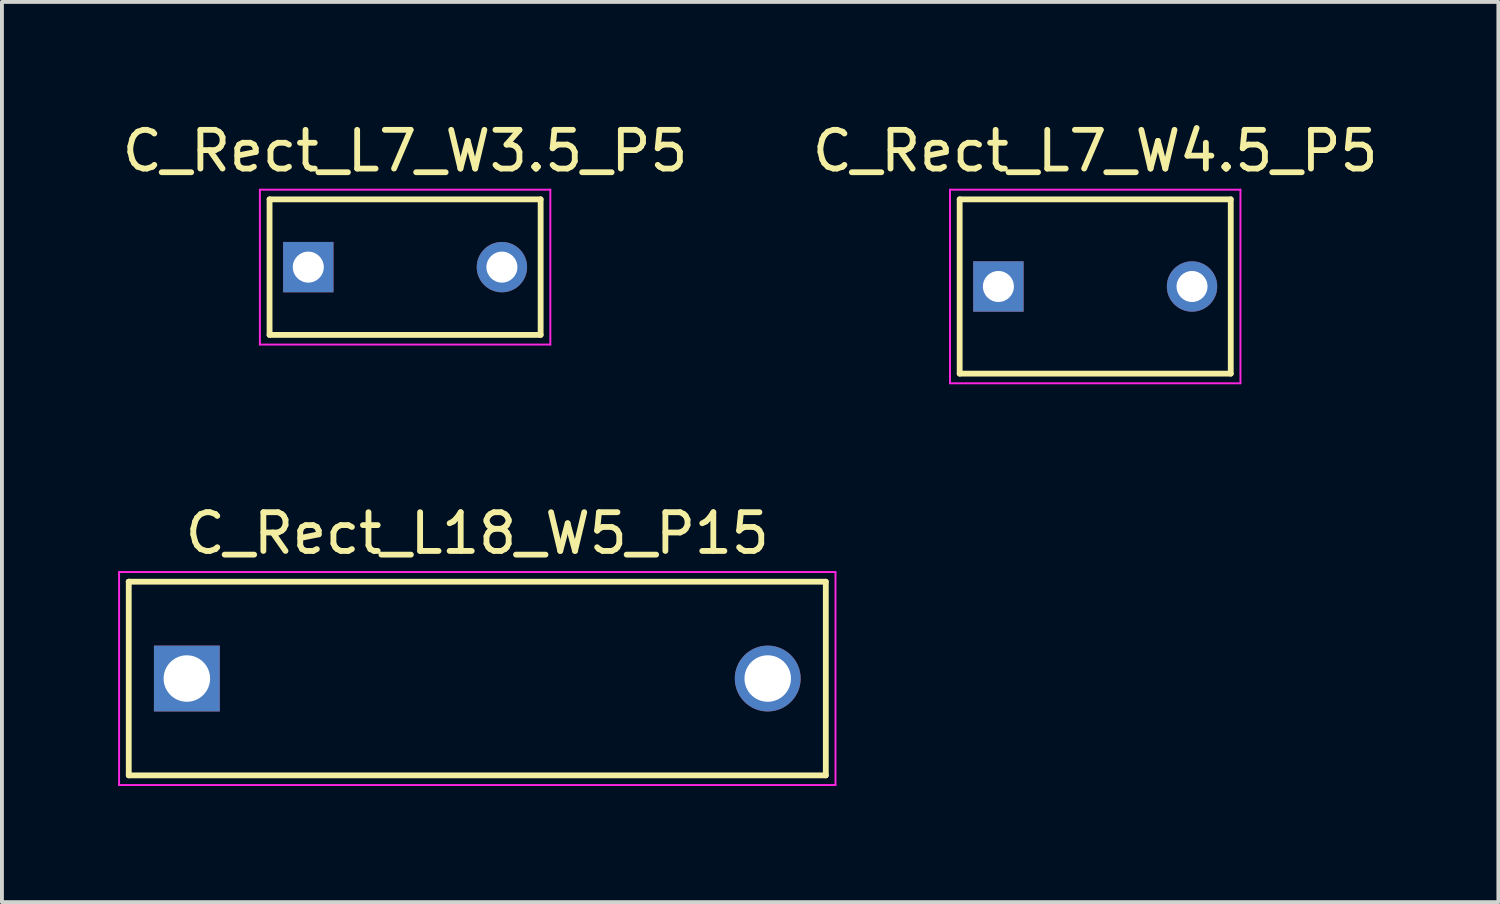
<source format=kicad_pcb>
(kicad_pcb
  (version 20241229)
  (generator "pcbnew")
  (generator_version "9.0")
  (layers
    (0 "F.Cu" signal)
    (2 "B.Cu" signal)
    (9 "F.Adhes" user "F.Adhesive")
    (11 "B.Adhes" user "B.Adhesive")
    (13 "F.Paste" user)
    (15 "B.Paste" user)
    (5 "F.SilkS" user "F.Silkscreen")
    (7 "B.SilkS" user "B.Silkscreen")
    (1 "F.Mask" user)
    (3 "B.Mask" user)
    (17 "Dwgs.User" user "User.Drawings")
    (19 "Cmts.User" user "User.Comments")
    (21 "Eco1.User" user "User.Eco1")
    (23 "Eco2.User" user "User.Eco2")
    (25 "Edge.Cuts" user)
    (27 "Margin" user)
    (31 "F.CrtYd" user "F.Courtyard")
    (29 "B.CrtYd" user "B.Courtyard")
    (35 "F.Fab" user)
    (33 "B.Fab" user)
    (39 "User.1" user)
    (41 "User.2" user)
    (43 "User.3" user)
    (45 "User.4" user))
  (footprint "C_Rect_L7_W3.5_P5"
    (layer "F.Cu")
    (at 4.911 3.848)
    (property "Reference" "C_Rect_L7_W3.5_P5" (at 2.5 -3 0) (layer "F.SilkS") (effects (font (size 1 1) (thickness 0.15))))
    (attr through_hole)
    (fp_line (start -1 -1.75) (end 6 -1.75) (stroke (width 0.15) (type solid)) (layer "F.SilkS"))
    (fp_line (start -1 1.75) (end -1 -1.75) (stroke (width 0.15) (type solid)) (layer "F.SilkS"))
    (fp_line (start 6 -1.75) (end 6 1.75) (stroke (width 0.15) (type solid)) (layer "F.SilkS"))
    (fp_line (start 6 1.75) (end -1 1.75) (stroke (width 0.15) (type solid)) (layer "F.SilkS"))
    (fp_line (start -1.25 -2) (end 6.25 -2) (stroke (width 0.05) (type solid)) (layer "F.CrtYd"))
    (fp_line (start -1.25 2) (end -1.25 -2) (stroke (width 0.05) (type solid)) (layer "F.CrtYd"))
    (fp_line (start 6.25 -2) (end 6.25 2) (stroke (width 0.05) (type solid)) (layer "F.CrtYd"))
    (fp_line (start 6.25 2) (end -1.25 2) (stroke (width 0.05) (type solid)) (layer "F.CrtYd"))
    (pad "1" thru_hole rect (at 0 0) (size 1.3 1.3) (drill 0.8) (layers "*.Cu" "*.Mask"))
    (pad "2" thru_hole circle (at 5 0) (size 1.3 1.3) (drill 0.8) (layers "*.Cu" "*.Mask")))
  (footprint "C_Rect_L18_W5_P15"
    (layer "F.Cu")
    (at 1.775 14.472)
    (property "Reference" "C_Rect_L18_W5_P15" (at 7.5 -3.75 0) (layer "F.SilkS") (effects (font (size 1 1) (thickness 0.15))))
    (attr through_hole)
    (fp_line (start -1.5 -2.5) (end -1.5 -2.5) (stroke (width 0.15) (type solid)) (layer "F.SilkS"))
    (fp_line (start -1.5 -2.5) (end -1.5 2.5) (stroke (width 0.15) (type solid)) (layer "F.SilkS"))
    (fp_line (start -1.5 2.5) (end 16.5 2.5) (stroke (width 0.15) (type solid)) (layer "F.SilkS"))
    (fp_line (start 16.5 -2.5) (end -1.5 -2.5) (stroke (width 0.15) (type solid)) (layer "F.SilkS"))
    (fp_line (start 16.5 2.5) (end 16.5 -2.5) (stroke (width 0.15) (type solid)) (layer "F.SilkS"))
    (fp_line (start -1.75 -2.75) (end 16.75 -2.75) (stroke (width 0.05) (type solid)) (layer "F.CrtYd"))
    (fp_line (start -1.75 2.75) (end -1.75 -2.75) (stroke (width 0.05) (type solid)) (layer "F.CrtYd"))
    (fp_line (start 16.75 -2.75) (end 16.75 2.75) (stroke (width 0.05) (type solid)) (layer "F.CrtYd"))
    (fp_line (start 16.75 2.75) (end -1.75 2.75) (stroke (width 0.05) (type solid)) (layer "F.CrtYd"))
    (pad "1" thru_hole rect (at 0 0) (size 1.7 1.7) (drill 1.2) (layers "*.Cu" "*.Mask"))
    (pad "2" thru_hole circle (at 15 0) (size 1.7 1.7) (drill 1.2) (layers "*.Cu" "*.Mask")))
  (footprint "C_Rect_L7_W4.5_P5"
    (layer "F.Cu")
    (at 22.732 4.348)
    (property "Reference" "C_Rect_L7_W4.5_P5" (at 2.5 -3.5 0) (layer "F.SilkS") (effects (font (size 1 1) (thickness 0.15))))
    (attr through_hole)
    (fp_line (start -1 -2.25) (end 6 -2.25) (stroke (width 0.15) (type solid)) (layer "F.SilkS"))
    (fp_line (start -1 2.25) (end -1 -2.25) (stroke (width 0.15) (type solid)) (layer "F.SilkS"))
    (fp_line (start 6 -2.25) (end 6 2.25) (stroke (width 0.15) (type solid)) (layer "F.SilkS"))
    (fp_line (start 6 2.25) (end -1 2.25) (stroke (width 0.15) (type solid)) (layer "F.SilkS"))
    (fp_line (start -1.25 -2.5) (end 6.25 -2.5) (stroke (width 0.05) (type solid)) (layer "F.CrtYd"))
    (fp_line (start -1.25 2.5) (end -1.25 -2.5) (stroke (width 0.05) (type solid)) (layer "F.CrtYd"))
    (fp_line (start 6.25 -2.5) (end 6.25 2.5) (stroke (width 0.05) (type solid)) (layer "F.CrtYd"))
    (fp_line (start 6.25 2.5) (end -1.25 2.5) (stroke (width 0.05) (type solid)) (layer "F.CrtYd"))
    (pad "1" thru_hole rect (at 0 0) (size 1.3 1.3) (drill 0.8) (layers "*.Cu" "*.Mask"))
    (pad "2" thru_hole circle (at 5 0) (size 1.3 1.3) (drill 0.8) (layers "*.Cu" "*.Mask")))
  (gr_rect
    (start -3 -3)
    (end 35.643 20.247)
    (stroke (width 0.1) (type default))
    (fill no)
    (layer "Edge.Cuts")))
</source>
